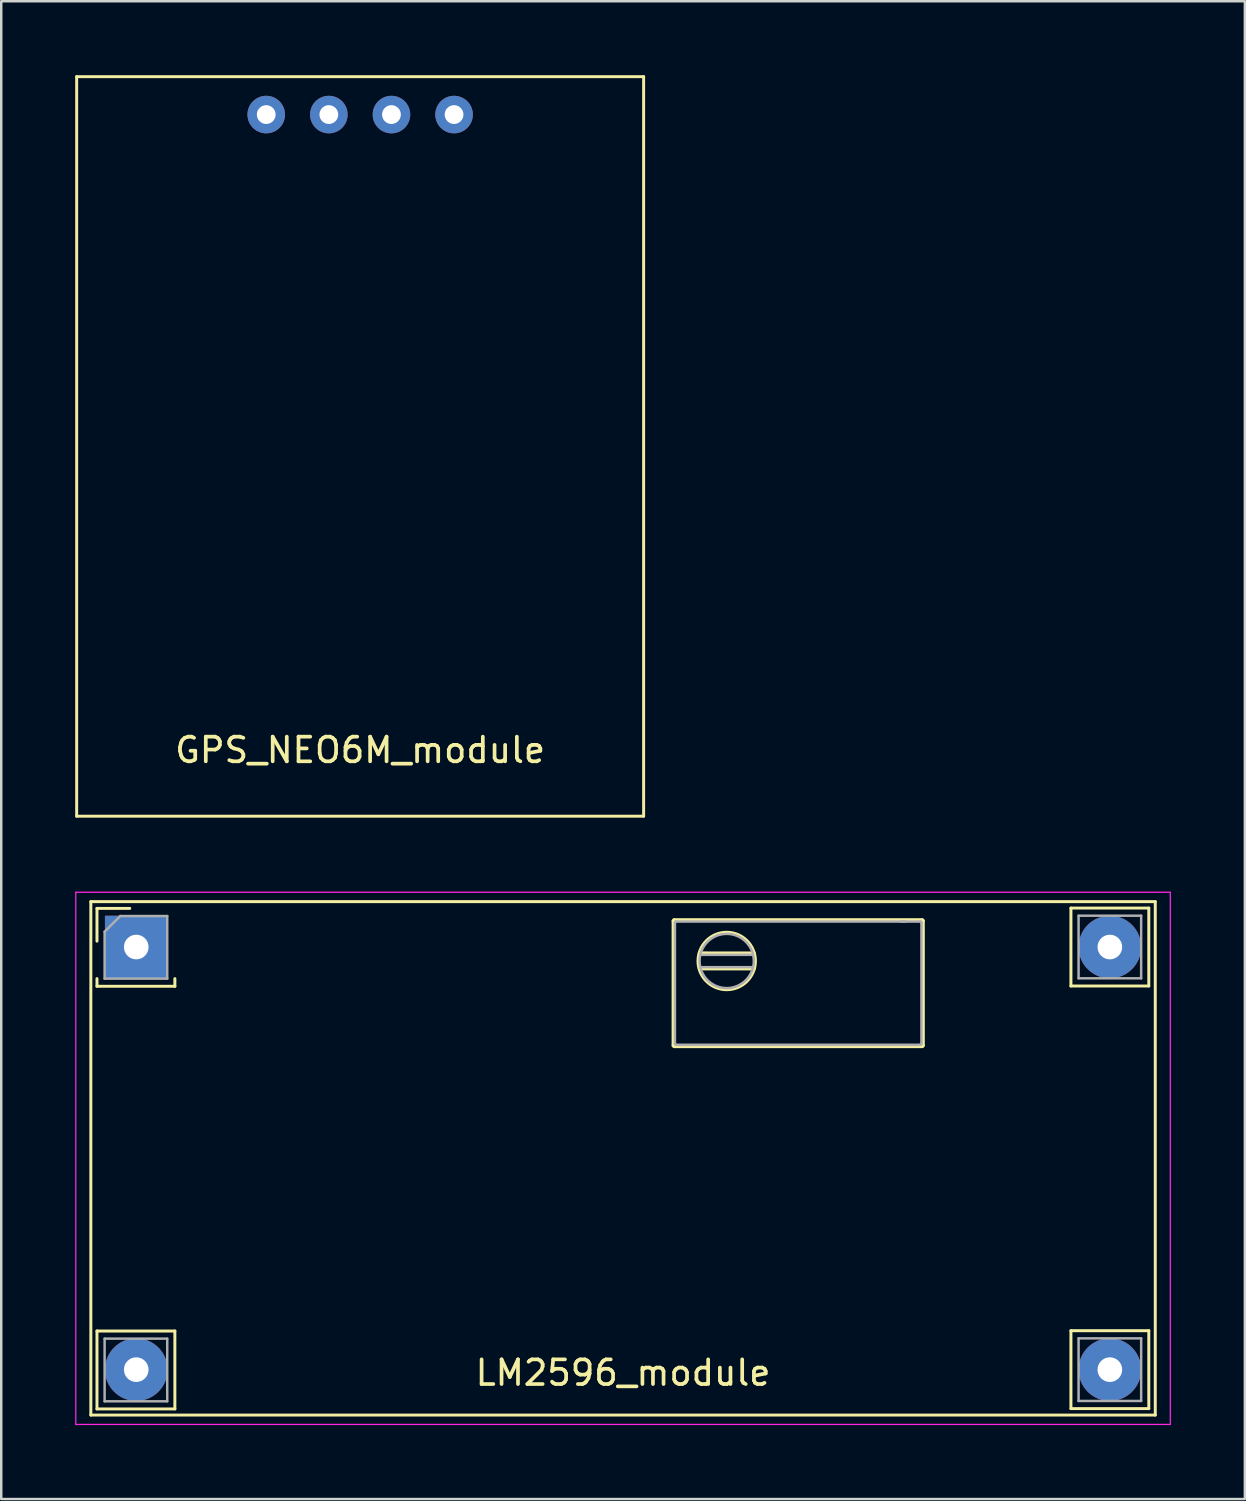
<source format=kicad_pcb>
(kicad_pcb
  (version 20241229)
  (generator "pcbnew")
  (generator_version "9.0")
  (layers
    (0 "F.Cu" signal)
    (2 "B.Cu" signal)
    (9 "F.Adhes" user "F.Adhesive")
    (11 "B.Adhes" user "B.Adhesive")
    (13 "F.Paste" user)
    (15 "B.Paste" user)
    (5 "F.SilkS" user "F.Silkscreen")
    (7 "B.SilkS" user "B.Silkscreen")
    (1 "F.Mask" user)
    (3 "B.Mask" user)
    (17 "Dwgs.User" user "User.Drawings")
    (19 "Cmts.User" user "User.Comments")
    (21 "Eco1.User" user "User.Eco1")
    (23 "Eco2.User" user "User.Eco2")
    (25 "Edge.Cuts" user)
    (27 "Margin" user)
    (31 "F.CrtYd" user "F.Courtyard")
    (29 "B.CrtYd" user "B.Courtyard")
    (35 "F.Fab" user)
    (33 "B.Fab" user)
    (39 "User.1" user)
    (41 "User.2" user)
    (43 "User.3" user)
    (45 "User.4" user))
  (footprint "LM2596_module"
    (layer "F.Cu")
    (at 22.225 43.94)
    (property "Reference" "LM2596_module" (at 0 8.7 0) (layer "F.SilkS") (effects (font (size 1 1) (thickness 0.15))))
    (attr through_hole)
    (fp_line (start -21.59 -10.414) (end -21.59 10.414) (stroke (width 0.12) (type solid)) (layer "F.SilkS"))
    (fp_line (start -21.59 -10.414) (end 21.59 -10.414) (stroke (width 0.12) (type solid)) (layer "F.SilkS"))
    (fp_line (start -21.59 10.414) (end 21.59 10.414) (stroke (width 0.12) (type solid)) (layer "F.SilkS"))
    (fp_line (start -21.341 -10.14) (end -20.011 -10.14) (stroke (width 0.12) (type solid)) (layer "F.SilkS"))
    (fp_line (start -21.341 -8.81) (end -21.341 -10.14) (stroke (width 0.12) (type solid)) (layer "F.SilkS"))
    (fp_line (start -21.341 -7.29) (end -21.341 -6.98) (stroke (width 0.12) (type solid)) (layer "F.SilkS"))
    (fp_line (start -21.341 -6.98) (end -18.181 -6.98) (stroke (width 0.12) (type solid)) (layer "F.SilkS"))
    (fp_line (start -21.341 7.005) (end -18.181 7.005) (stroke (width 0.12) (type solid)) (layer "F.SilkS"))
    (fp_line (start -21.341 10.165) (end -21.341 7.005) (stroke (width 0.12) (type solid)) (layer "F.SilkS"))
    (fp_line (start -21.341 10.165) (end -18.181 10.165) (stroke (width 0.12) (type solid)) (layer "F.SilkS"))
    (fp_line (start -18.181 -7.29) (end -18.181 -6.98) (stroke (width 0.12) (type solid)) (layer "F.SilkS"))
    (fp_line (start -18.181 7.005) (end -18.181 10.165) (stroke (width 0.12) (type solid)) (layer "F.SilkS"))
    (fp_line (start 2.03 -4.581) (end 2.03 -9.631) (stroke (width 0.12) (type solid)) (layer "F.SilkS"))
    (fp_line (start 2.08 -9.681) (end 12.13 -9.681) (stroke (width 0.12) (type solid)) (layer "F.SilkS"))
    (fp_line (start 3.095 -7.684) (end 5.319 -7.684) (stroke (width 0.12) (type solid)) (layer "F.SilkS"))
    (fp_line (start 5.319 -8.331) (end 3.095 -8.334) (stroke (width 0.12) (type solid)) (layer "F.SilkS"))
    (fp_line (start 12.13 -4.531) (end 2.08 -4.531) (stroke (width 0.12) (type solid)) (layer "F.SilkS"))
    (fp_line (start 12.18 -9.631) (end 12.18 -4.581) (stroke (width 0.12) (type solid)) (layer "F.SilkS"))
    (fp_line (start 18.169 -10.152) (end 21.328 -10.152) (stroke (width 0.12) (type solid)) (layer "F.SilkS"))
    (fp_line (start 18.169 -6.992) (end 18.169 -10.152) (stroke (width 0.12) (type solid)) (layer "F.SilkS"))
    (fp_line (start 18.169 -6.992) (end 21.328 -6.992) (stroke (width 0.12) (type solid)) (layer "F.SilkS"))
    (fp_line (start 18.169 6.992) (end 21.328 6.992) (stroke (width 0.12) (type solid)) (layer "F.SilkS"))
    (fp_line (start 18.169 10.152) (end 18.169 6.992) (stroke (width 0.12) (type solid)) (layer "F.SilkS"))
    (fp_line (start 18.169 10.152) (end 21.328 10.152) (stroke (width 0.12) (type solid)) (layer "F.SilkS"))
    (fp_line (start 21.328 -10.152) (end 21.328 -6.992) (stroke (width 0.12) (type solid)) (layer "F.SilkS"))
    (fp_line (start 21.328 6.992) (end 21.328 10.152) (stroke (width 0.12) (type solid)) (layer "F.SilkS"))
    (fp_line (start 21.59 -10.414) (end 21.59 10.414) (stroke (width 0.12) (type solid)) (layer "F.SilkS"))
    (fp_arc (start 2.030443 -9.631387) (mid 2.045088 -9.666742) (end 2.080443 -9.681387) (stroke (width 0.12) (type solid)) (layer "F.SilkS"))
    (fp_arc (start 2.080443 -4.531387) (mid 2.045088 -4.546032) (end 2.030443 -4.581387) (stroke (width 0.12) (type solid)) (layer "F.SilkS"))
    (fp_arc (start 12.130443 -9.681387) (mid 12.165798 -9.666742) (end 12.180443 -9.631387) (stroke (width 0.12) (type solid)) (layer "F.SilkS"))
    (fp_arc (start 12.180443 -4.581387) (mid 12.165798 -4.546032) (end 12.130443 -4.531387) (stroke (width 0.12) (type solid)) (layer "F.SilkS"))
    (fp_circle (center 4.205 -8.006) (end 5.38 -8.006) (stroke (width 0.1) (type solid)) (fill no) (layer "F.SilkS"))
    (fp_line (start -22.2 -10.795) (end 22.2 -10.795) (stroke (width 0.05) (type solid)) (layer "F.CrtYd"))
    (fp_line (start -22.2 10.795) (end -22.2 -10.795) (stroke (width 0.05) (type solid)) (layer "F.CrtYd"))
    (fp_line (start -22.2 10.795) (end 22.2 10.795) (stroke (width 0.05) (type solid)) (layer "F.CrtYd"))
    (fp_line (start 22.2 10.795) (end 22.2 -10.795) (stroke (width 0.05) (type solid)) (layer "F.CrtYd"))
    (fp_line (start -21.031 -9.195) (end -20.396 -9.83) (stroke (width 0.1) (type solid)) (layer "F.Fab"))
    (fp_line (start -21.031 -7.29) (end -21.031 -9.195) (stroke (width 0.1) (type solid)) (layer "F.Fab"))
    (fp_line (start -21.031 7.315) (end -18.491 7.315) (stroke (width 0.1) (type solid)) (layer "F.Fab"))
    (fp_line (start -21.031 9.855) (end -21.031 7.315) (stroke (width 0.1) (type solid)) (layer "F.Fab"))
    (fp_line (start -20.396 -9.83) (end -18.491 -9.83) (stroke (width 0.1) (type solid)) (layer "F.Fab"))
    (fp_line (start -18.491 -9.83) (end -18.491 -7.29) (stroke (width 0.1) (type solid)) (layer "F.Fab"))
    (fp_line (start -18.491 -7.29) (end -21.031 -7.29) (stroke (width 0.1) (type solid)) (layer "F.Fab"))
    (fp_line (start -18.491 7.315) (end -18.491 9.855) (stroke (width 0.1) (type solid)) (layer "F.Fab"))
    (fp_line (start -18.491 9.855) (end -21.031 9.855) (stroke (width 0.1) (type solid)) (layer "F.Fab"))
    (fp_line (start 2.105 -4.656) (end 2.105 -9.556) (stroke (width 0.1) (type solid)) (layer "F.Fab"))
    (fp_line (start 2.155 -9.606) (end 12.055 -9.606) (stroke (width 0.1) (type solid)) (layer "F.Fab"))
    (fp_line (start 3.166 -7.756) (end 5.245 -7.756) (stroke (width 0.1) (type solid)) (layer "F.Fab"))
    (fp_line (start 5.245 -8.256) (end 3.166 -8.256) (stroke (width 0.1) (type solid)) (layer "F.Fab"))
    (fp_line (start 11.477 -9.607) (end 11.288 -9.607) (stroke (width 0.1) (type solid)) (layer "F.Fab"))
    (fp_line (start 12.055 -4.606) (end 2.155 -4.606) (stroke (width 0.1) (type solid)) (layer "F.Fab"))
    (fp_line (start 12.105 -9.556) (end 12.105 -4.656) (stroke (width 0.1) (type solid)) (layer "F.Fab"))
    (fp_line (start 18.479 -9.842) (end 21.018 -9.842) (stroke (width 0.1) (type solid)) (layer "F.Fab"))
    (fp_line (start 18.479 -7.303) (end 18.479 -9.842) (stroke (width 0.1) (type solid)) (layer "F.Fab"))
    (fp_line (start 18.479 7.303) (end 21.018 7.303) (stroke (width 0.1) (type solid)) (layer "F.Fab"))
    (fp_line (start 18.479 9.842) (end 18.479 7.303) (stroke (width 0.1) (type solid)) (layer "F.Fab"))
    (fp_line (start 21.018 -9.842) (end 21.018 -7.303) (stroke (width 0.1) (type solid)) (layer "F.Fab"))
    (fp_line (start 21.018 -7.303) (end 18.479 -7.303) (stroke (width 0.1) (type solid)) (layer "F.Fab"))
    (fp_line (start 21.018 7.303) (end 21.018 9.842) (stroke (width 0.1) (type solid)) (layer "F.Fab"))
    (fp_line (start 21.018 9.842) (end 18.479 9.842) (stroke (width 0.1) (type solid)) (layer "F.Fab"))
    (fp_arc (start 2.105443 -9.556387) (mid 2.120088 -9.591742) (end 2.155443 -9.606387) (stroke (width 0.1) (type solid)) (layer "F.Fab"))
    (fp_arc (start 2.155443 -4.606387) (mid 2.120088 -4.621032) (end 2.105443 -4.656387) (stroke (width 0.1) (type solid)) (layer "F.Fab"))
    (fp_arc (start 12.055443 -9.606387) (mid 12.090798 -9.591742) (end 12.105443 -9.556387) (stroke (width 0.1) (type solid)) (layer "F.Fab"))
    (fp_arc (start 12.105443 -4.656387) (mid 12.090798 -4.621032) (end 12.055443 -4.606387) (stroke (width 0.1) (type solid)) (layer "F.Fab"))
    (fp_circle (center 4.205 -8.006) (end 5.305 -8.006) (stroke (width 0.1) (type solid)) (fill no) (layer "F.Fab"))
    (pad "1" thru_hole rect (at -19.748 -8.572) (size 2.54 2.54) (drill 1) (layers "*.Cu" "*.Mask"))
    (pad "2" thru_hole circle (at -19.748 8.572) (size 2.54 2.54) (drill 1) (layers "*.Cu" "*.Mask"))
    (pad "3" thru_hole circle (at 19.748 8.572) (size 2.54 2.54) (drill 1) (layers "*.Cu" "*.Mask"))
    (pad "4" thru_hole circle (at 19.748 -8.572) (size 2.54 2.54) (drill 1) (layers "*.Cu" "*.Mask")))
  (footprint "GPS_NEO6M_module"
    (layer "F.Cu")
    (at 11.56 15.06)
    (property "Reference" "GPS_NEO6M_module" (at 0 12.319 0) (layer "F.SilkS") (effects (font (size 1 1) (thickness 0.15))))
    (attr through_hole)
    (fp_line (start -11.5 -15) (end 11.5 -15) (stroke (width 0.12) (type solid)) (layer "F.SilkS"))
    (fp_line (start -11.5 15) (end -11.5 -15) (stroke (width 0.12) (type solid)) (layer "F.SilkS"))
    (fp_line (start 11.5 -15) (end 11.5 15) (stroke (width 0.12) (type solid)) (layer "F.SilkS"))
    (fp_line (start 11.5 15) (end -11.5 15) (stroke (width 0.12) (type solid)) (layer "F.SilkS"))
    (pad "1" thru_hole circle (at -3.81 -13.462) (size 1.524 1.524) (drill 0.762) (layers "*.Cu" "*.Mask"))
    (pad "2" thru_hole circle (at -1.27 -13.462) (size 1.524 1.524) (drill 0.762) (layers "*.Cu" "*.Mask"))
    (pad "3" thru_hole circle (at 1.27 -13.462) (size 1.524 1.524) (drill 0.762) (layers "*.Cu" "*.Mask"))
    (pad "4" thru_hole circle (at 3.81 -13.462) (size 1.524 1.524) (drill 0.762) (layers "*.Cu" "*.Mask")))
  (gr_rect
    (start -3 -3)
    (end 47.45 57.76)
    (stroke (width 0.1) (type default))
    (fill no)
    (layer "Edge.Cuts")))
</source>
